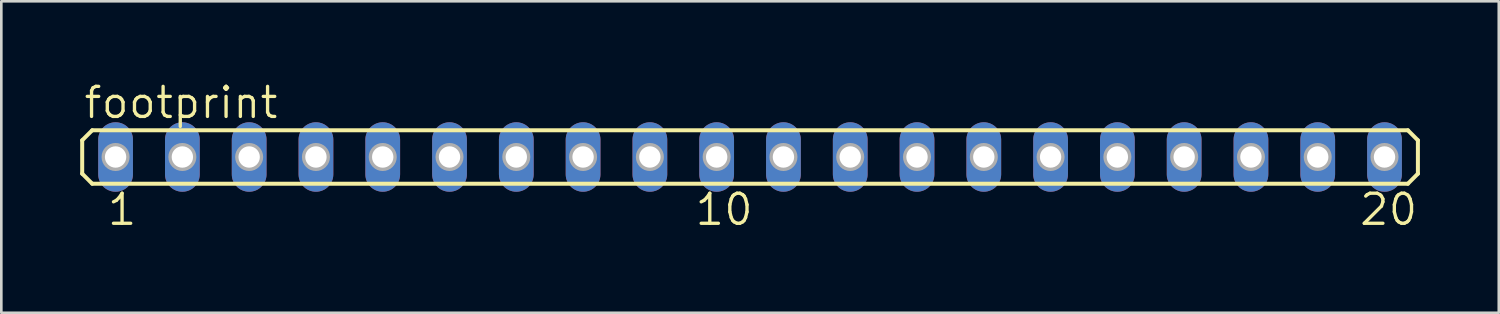
<source format=kicad_pcb>
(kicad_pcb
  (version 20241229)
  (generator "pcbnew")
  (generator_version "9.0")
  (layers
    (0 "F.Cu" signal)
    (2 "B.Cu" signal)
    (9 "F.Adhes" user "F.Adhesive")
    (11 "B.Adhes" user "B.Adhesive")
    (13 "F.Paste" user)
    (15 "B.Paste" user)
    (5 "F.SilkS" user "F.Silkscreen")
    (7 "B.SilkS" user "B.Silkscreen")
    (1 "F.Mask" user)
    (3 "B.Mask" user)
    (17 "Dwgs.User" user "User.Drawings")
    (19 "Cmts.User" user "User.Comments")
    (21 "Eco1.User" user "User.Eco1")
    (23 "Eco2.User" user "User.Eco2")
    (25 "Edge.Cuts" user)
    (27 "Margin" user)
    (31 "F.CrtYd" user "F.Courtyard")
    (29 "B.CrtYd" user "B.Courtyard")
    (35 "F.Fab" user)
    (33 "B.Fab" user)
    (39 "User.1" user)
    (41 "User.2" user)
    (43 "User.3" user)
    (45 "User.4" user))
  (footprint "footprint"
    (layer "F.Cu")
    (at 25.476 2.921)
    (property "Reference" "footprint" (at -25.4 -1.397 0) (layer "F.SilkS") (effects (font (size 1.143 1.143) (thickness 0.127)) (justify left bottom)))
    (fp_line (start -25.4 -0.635) (end -25.019 -1.016) (stroke (width 0.152) (type solid)) (layer "F.SilkS"))
    (fp_line (start -25.4 0.635) (end -25.4 -0.635) (stroke (width 0.152) (type solid)) (layer "F.SilkS"))
    (fp_line (start -25.019 -1.016) (end 25.019 -1.016) (stroke (width 0.152) (type solid)) (layer "F.SilkS"))
    (fp_line (start -25.019 1.016) (end -25.4 0.635) (stroke (width 0.152) (type solid)) (layer "F.SilkS"))
    (fp_line (start -25.019 1.016) (end 25.019 1.016) (stroke (width 0.152) (type solid)) (layer "F.SilkS"))
    (fp_line (start 25.019 1.016) (end 25.4 0.635) (stroke (width 0.152) (type solid)) (layer "F.SilkS"))
    (fp_line (start 25.4 -0.635) (end 25.019 -1.016) (stroke (width 0.152) (type solid)) (layer "F.SilkS"))
    (fp_line (start 25.4 0.635) (end 25.4 -0.635) (stroke (width 0.152) (type solid)) (layer "F.SilkS"))
    (fp_circle (center -24.13 0) (end -24.003 0) (stroke (width 0.406) (type solid)) (fill no) (layer "F.Fab"))
    (fp_circle (center -21.59 0) (end -21.463 0) (stroke (width 0.406) (type solid)) (fill no) (layer "F.Fab"))
    (fp_circle (center -19.05 0) (end -18.923 0) (stroke (width 0.406) (type solid)) (fill no) (layer "F.Fab"))
    (fp_circle (center -16.51 0) (end -16.383 0) (stroke (width 0.406) (type solid)) (fill no) (layer "F.Fab"))
    (fp_circle (center -13.97 0) (end -13.843 0) (stroke (width 0.406) (type solid)) (fill no) (layer "F.Fab"))
    (fp_circle (center -11.43 0) (end -11.303 0) (stroke (width 0.406) (type solid)) (fill no) (layer "F.Fab"))
    (fp_circle (center -8.89 0) (end -8.763 0) (stroke (width 0.406) (type solid)) (fill no) (layer "F.Fab"))
    (fp_circle (center -6.35 0) (end -6.223 0) (stroke (width 0.406) (type solid)) (fill no) (layer "F.Fab"))
    (fp_circle (center -3.81 0) (end -3.683 0) (stroke (width 0.406) (type solid)) (fill no) (layer "F.Fab"))
    (fp_circle (center -1.27 0) (end -1.143 0) (stroke (width 0.406) (type solid)) (fill no) (layer "F.Fab"))
    (fp_circle (center 1.27 0) (end 1.397 0) (stroke (width 0.406) (type solid)) (fill no) (layer "F.Fab"))
    (fp_circle (center 3.81 0) (end 3.937 0) (stroke (width 0.406) (type solid)) (fill no) (layer "F.Fab"))
    (fp_circle (center 6.35 0) (end 6.477 0) (stroke (width 0.406) (type solid)) (fill no) (layer "F.Fab"))
    (fp_circle (center 8.89 0) (end 9.017 0) (stroke (width 0.406) (type solid)) (fill no) (layer "F.Fab"))
    (fp_circle (center 11.43 0) (end 11.557 0) (stroke (width 0.406) (type solid)) (fill no) (layer "F.Fab"))
    (fp_circle (center 13.97 0) (end 14.097 0) (stroke (width 0.406) (type solid)) (fill no) (layer "F.Fab"))
    (fp_circle (center 16.51 0) (end 16.637 0) (stroke (width 0.406) (type solid)) (fill no) (layer "F.Fab"))
    (fp_circle (center 19.05 0) (end 19.177 0) (stroke (width 0.406) (type solid)) (fill no) (layer "F.Fab"))
    (fp_circle (center 21.59 0) (end 21.717 0) (stroke (width 0.406) (type solid)) (fill no) (layer "F.Fab"))
    (fp_circle (center 24.13 0) (end 24.257 0) (stroke (width 0.406) (type solid)) (fill no) (layer "F.Fab"))
    (fp_text user "20" (at 23.114 2.667 0) (layer "F.SilkS") (effects (font (size 1.143 1.143) (thickness 0.127)) (justify left bottom)))
    (fp_text user "1" (at -24.511 2.667 0) (layer "F.SilkS") (effects (font (size 1.143 1.143) (thickness 0.127)) (justify left bottom)))
    (fp_text user "10" (at -2.159 2.667 0) (layer "F.SilkS") (effects (font (size 1.143 1.143) (thickness 0.127)) (justify left bottom)))
    (pad "1" thru_hole oval (at -24.13 0 90) (size 2.642 1.321) (drill 0.813) (layers "*.Cu" "*.Mask"))
    (pad "2" thru_hole oval (at -21.59 0 90) (size 2.642 1.321) (drill 0.813) (layers "*.Cu" "*.Mask"))
    (pad "3" thru_hole oval (at -19.05 0 90) (size 2.642 1.321) (drill 0.813) (layers "*.Cu" "*.Mask"))
    (pad "4" thru_hole oval (at -16.51 0 90) (size 2.642 1.321) (drill 0.813) (layers "*.Cu" "*.Mask"))
    (pad "5" thru_hole oval (at -13.97 0 90) (size 2.642 1.321) (drill 0.813) (layers "*.Cu" "*.Mask"))
    (pad "6" thru_hole oval (at -11.43 0 90) (size 2.642 1.321) (drill 0.813) (layers "*.Cu" "*.Mask"))
    (pad "7" thru_hole oval (at -8.89 0 90) (size 2.642 1.321) (drill 0.813) (layers "*.Cu" "*.Mask"))
    (pad "8" thru_hole oval (at -6.35 0 90) (size 2.642 1.321) (drill 0.813) (layers "*.Cu" "*.Mask"))
    (pad "9" thru_hole oval (at -3.81 0 90) (size 2.642 1.321) (drill 0.813) (layers "*.Cu" "*.Mask"))
    (pad "10" thru_hole oval (at -1.27 0 90) (size 2.642 1.321) (drill 0.813) (layers "*.Cu" "*.Mask"))
    (pad "11" thru_hole oval (at 1.27 0 90) (size 2.642 1.321) (drill 0.813) (layers "*.Cu" "*.Mask"))
    (pad "12" thru_hole oval (at 3.81 0 90) (size 2.642 1.321) (drill 0.813) (layers "*.Cu" "*.Mask"))
    (pad "13" thru_hole oval (at 6.35 0 90) (size 2.642 1.321) (drill 0.813) (layers "*.Cu" "*.Mask"))
    (pad "14" thru_hole oval (at 8.89 0 90) (size 2.642 1.321) (drill 0.813) (layers "*.Cu" "*.Mask"))
    (pad "15" thru_hole oval (at 11.43 0 90) (size 2.642 1.321) (drill 0.813) (layers "*.Cu" "*.Mask"))
    (pad "16" thru_hole oval (at 13.97 0 90) (size 2.642 1.321) (drill 0.813) (layers "*.Cu" "*.Mask"))
    (pad "17" thru_hole oval (at 16.51 0 90) (size 2.642 1.321) (drill 0.813) (layers "*.Cu" "*.Mask"))
    (pad "18" thru_hole oval (at 19.05 0 90) (size 2.642 1.321) (drill 0.813) (layers "*.Cu" "*.Mask"))
    (pad "19" thru_hole oval (at 21.59 0 90) (size 2.642 1.321) (drill 0.813) (layers "*.Cu" "*.Mask"))
    (pad "20" thru_hole oval (at 24.13 0 90) (size 2.642 1.321) (drill 0.813) (layers "*.Cu" "*.Mask")))
  (gr_rect
    (start -3 -3)
    (end 53.952 8.847)
    (stroke (width 0.1) (type default))
    (fill no)
    (layer "Edge.Cuts")))
</source>
